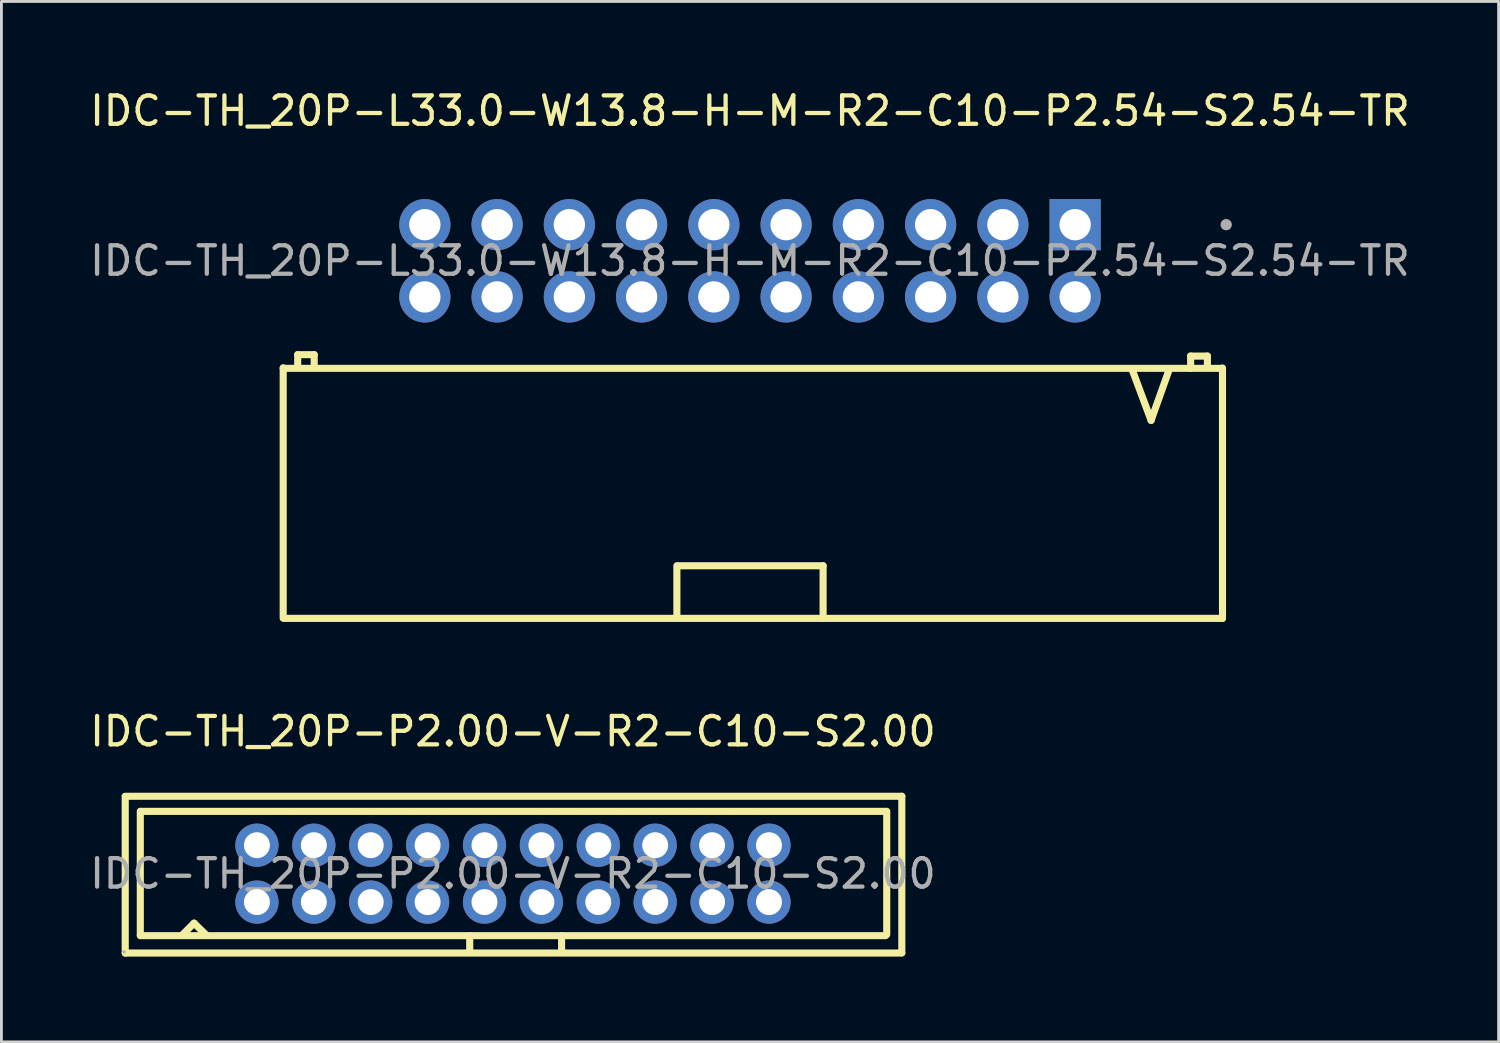
<source format=kicad_pcb>
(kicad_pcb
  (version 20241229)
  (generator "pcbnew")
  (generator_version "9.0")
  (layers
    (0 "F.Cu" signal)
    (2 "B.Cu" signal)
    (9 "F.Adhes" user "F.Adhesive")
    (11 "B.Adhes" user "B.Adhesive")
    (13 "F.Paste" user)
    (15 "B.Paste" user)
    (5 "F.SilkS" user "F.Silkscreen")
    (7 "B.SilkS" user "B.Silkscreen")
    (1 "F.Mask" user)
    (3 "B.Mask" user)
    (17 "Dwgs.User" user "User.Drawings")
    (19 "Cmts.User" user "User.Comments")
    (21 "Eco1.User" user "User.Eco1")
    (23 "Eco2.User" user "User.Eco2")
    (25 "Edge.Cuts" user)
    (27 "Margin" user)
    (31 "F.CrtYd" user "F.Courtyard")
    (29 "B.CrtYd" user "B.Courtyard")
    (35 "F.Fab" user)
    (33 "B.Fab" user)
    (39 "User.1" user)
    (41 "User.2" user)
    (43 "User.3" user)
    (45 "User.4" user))
  (footprint "IDC-TH_20P-P2.00-V-R2-C10-S2.00"
    (layer "F.Cu")
    (at 14.982 27.662)
    (property "Reference" "IDC-TH_20P-P2.00-V-R2-C10-S2.00" (at 0 -5 0) (layer "F.SilkS") (effects (font (size 1 1) (thickness 0.15))))
    (attr through_hole)
    (fp_line (start -13.63 -2.72) (end 13.67 -2.72) (stroke (width 0.25) (type solid)) (layer "F.SilkS"))
    (fp_line (start -13.63 -2.71) (end -13.63 2.79) (stroke (width 0.25) (type solid)) (layer "F.SilkS"))
    (fp_line (start -13.1 -2.19) (end -13.1 2.16) (stroke (width 0.25) (type solid)) (layer "F.SilkS"))
    (fp_line (start -13.09 -2.19) (end 13.11 -2.19) (stroke (width 0.25) (type solid)) (layer "F.SilkS"))
    (fp_line (start -11.61 2.14) (end -11.21 1.74) (stroke (width 0.25) (type solid)) (layer "F.SilkS"))
    (fp_line (start -11.21 1.74) (end -10.77 2.17) (stroke (width 0.25) (type solid)) (layer "F.SilkS"))
    (fp_line (start -1.52 2.18) (end -1.52 2.69) (stroke (width 0.25) (type solid)) (layer "F.SilkS"))
    (fp_line (start 1.71 2.18) (end 1.71 2.72) (stroke (width 0.25) (type solid)) (layer "F.SilkS"))
    (fp_line (start 13.1 2.18) (end -13.1 2.18) (stroke (width 0.25) (type solid)) (layer "F.SilkS"))
    (fp_line (start 13.14 -2.19) (end 13.14 2.14) (stroke (width 0.25) (type solid)) (layer "F.SilkS"))
    (fp_line (start 13.67 -2.72) (end 13.67 2.78) (stroke (width 0.25) (type solid)) (layer "F.SilkS"))
    (fp_line (start 13.67 2.79) (end -13.63 2.79) (stroke (width 0.25) (type solid)) (layer "F.SilkS"))
    (fp_circle (center -13.67 2.75) (end -13.64 2.75) (stroke (width 0.06) (type solid)) (fill no) (layer "F.Fab"))
    (fp_text user "${REFERENCE}" (at 0 0 0) (layer "F.Fab") (effects (font (size 1 1) (thickness 0.15))))
    (pad "1" thru_hole circle (at -9 1) (size 1.52 1.52) (drill 0.914) (layers "*.Cu" "*.Paste" "*.Mask"))
    (pad "2" thru_hole circle (at -9 -1) (size 1.52 1.52) (drill 0.914) (layers "*.Cu" "*.Paste" "*.Mask"))
    (pad "3" thru_hole circle (at -7 1) (size 1.52 1.52) (drill 0.914) (layers "*.Cu" "*.Paste" "*.Mask"))
    (pad "4" thru_hole circle (at -7 -1) (size 1.52 1.52) (drill 0.914) (layers "*.Cu" "*.Paste" "*.Mask"))
    (pad "5" thru_hole circle (at -5 1) (size 1.52 1.52) (drill 0.914) (layers "*.Cu" "*.Paste" "*.Mask"))
    (pad "6" thru_hole circle (at -5 -1) (size 1.52 1.52) (drill 0.914) (layers "*.Cu" "*.Paste" "*.Mask"))
    (pad "7" thru_hole circle (at -3 1) (size 1.52 1.52) (drill 0.914) (layers "*.Cu" "*.Paste" "*.Mask"))
    (pad "8" thru_hole circle (at -3 -1) (size 1.52 1.52) (drill 0.914) (layers "*.Cu" "*.Paste" "*.Mask"))
    (pad "9" thru_hole circle (at -1 1) (size 1.52 1.52) (drill 0.914) (layers "*.Cu" "*.Paste" "*.Mask"))
    (pad "10" thru_hole circle (at -1 -1) (size 1.52 1.52) (drill 0.914) (layers "*.Cu" "*.Paste" "*.Mask"))
    (pad "11" thru_hole circle (at 1 1) (size 1.52 1.52) (drill 0.914) (layers "*.Cu" "*.Paste" "*.Mask"))
    (pad "12" thru_hole circle (at 1 -1) (size 1.52 1.52) (drill 0.914) (layers "*.Cu" "*.Paste" "*.Mask"))
    (pad "13" thru_hole circle (at 3 1) (size 1.52 1.52) (drill 0.914) (layers "*.Cu" "*.Paste" "*.Mask"))
    (pad "14" thru_hole circle (at 3 -1) (size 1.52 1.52) (drill 0.914) (layers "*.Cu" "*.Paste" "*.Mask"))
    (pad "15" thru_hole circle (at 5 1) (size 1.52 1.52) (drill 0.914) (layers "*.Cu" "*.Paste" "*.Mask"))
    (pad "16" thru_hole circle (at 5 -1) (size 1.52 1.52) (drill 0.914) (layers "*.Cu" "*.Paste" "*.Mask"))
    (pad "17" thru_hole circle (at 7 1) (size 1.52 1.52) (drill 0.914) (layers "*.Cu" "*.Paste" "*.Mask"))
    (pad "18" thru_hole circle (at 7 -1) (size 1.52 1.52) (drill 0.914) (layers "*.Cu" "*.Paste" "*.Mask"))
    (pad "19" thru_hole circle (at 9 1) (size 1.52 1.52) (drill 0.914) (layers "*.Cu" "*.Paste" "*.Mask"))
    (pad "20" thru_hole circle (at 9 -1) (size 1.52 1.52) (drill 0.914) (layers "*.Cu" "*.Paste" "*.Mask")))
  (footprint "IDC-TH_20P-L33.0-W13.8-H-M-R2-C10-P2.54-S2.54-TR"
    (layer "F.Cu")
    (at 23.315 6.118)
    (property "Reference" "IDC-TH_20P-L33.0-W13.8-H-M-R2-C10-P2.54-S2.54-TR" (at 0 -5.27 0) (layer "F.SilkS") (effects (font (size 1 1) (thickness 0.15))))
    (attr through_hole)
    (fp_line (start -16.41 3.76) (end -16.41 12.56) (stroke (width 0.25) (type solid)) (layer "F.SilkS"))
    (fp_line (start -16.41 3.78) (end 16.59 3.78) (stroke (width 0.25) (type solid)) (layer "F.SilkS"))
    (fp_line (start -16.39 12.57) (end 16.61 12.57) (stroke (width 0.25) (type solid)) (layer "F.SilkS"))
    (fp_line (start -15.9 3.3) (end -15.32 3.3) (stroke (width 0.25) (type solid)) (layer "F.SilkS"))
    (fp_line (start -15.9 3.73) (end -15.9 3.3) (stroke (width 0.25) (type solid)) (layer "F.SilkS"))
    (fp_line (start -15.32 3.3) (end -15.32 3.71) (stroke (width 0.25) (type solid)) (layer "F.SilkS"))
    (fp_line (start -2.57 10.72) (end -2.57 12.52) (stroke (width 0.25) (type solid)) (layer "F.SilkS"))
    (fp_line (start -2.57 12.52) (end -2.59 12.55) (stroke (width 0.25) (type solid)) (layer "F.SilkS"))
    (fp_line (start -2.51 10.72) (end 2.57 10.72) (stroke (width 0.25) (type solid)) (layer "F.SilkS"))
    (fp_line (start 2.57 10.72) (end 2.57 12.55) (stroke (width 0.25) (type solid)) (layer "F.SilkS"))
    (fp_line (start 2.57 12.55) (end 2.59 12.57) (stroke (width 0.25) (type solid)) (layer "F.SilkS"))
    (fp_line (start 13.44 3.84) (end 13.44 3.81) (stroke (width 0.25) (type solid)) (layer "F.SilkS"))
    (fp_line (start 14.1 5.61) (end 13.44 3.84) (stroke (width 0.25) (type solid)) (layer "F.SilkS"))
    (fp_line (start 14.73 3.84) (end 14.1 5.61) (stroke (width 0.25) (type solid)) (layer "F.SilkS"))
    (fp_line (start 15.49 3.35) (end 16.08 3.35) (stroke (width 0.25) (type solid)) (layer "F.SilkS"))
    (fp_line (start 15.49 3.78) (end 15.49 3.35) (stroke (width 0.25) (type solid)) (layer "F.SilkS"))
    (fp_line (start 16.08 3.35) (end 16.08 3.76) (stroke (width 0.25) (type solid)) (layer "F.SilkS"))
    (fp_line (start 16.61 3.77) (end 16.61 12.57) (stroke (width 0.25) (type solid)) (layer "F.SilkS"))
    (fp_circle (center 16.74 -1.27) (end 16.84 -1.27) (stroke (width 0.2) (type solid)) (fill no) (layer "F.Fab"))
    (fp_text user "${REFERENCE}" (at 0 0 0) (layer "F.Fab") (effects (font (size 1 1) (thickness 0.15))))
    (pad "1" thru_hole rect (at 11.43 -1.27) (size 1.8 1.8) (drill 1.1) (layers "*.Cu" "*.Paste" "*.Mask"))
    (pad "2" thru_hole circle (at 11.43 1.27) (size 1.8 1.8) (drill 1.1) (layers "*.Cu" "*.Paste" "*.Mask"))
    (pad "3" thru_hole circle (at 8.89 -1.27) (size 1.8 1.8) (drill 1.1) (layers "*.Cu" "*.Paste" "*.Mask"))
    (pad "4" thru_hole circle (at 8.89 1.27) (size 1.8 1.8) (drill 1.1) (layers "*.Cu" "*.Paste" "*.Mask"))
    (pad "5" thru_hole circle (at 6.35 -1.27) (size 1.8 1.8) (drill 1.1) (layers "*.Cu" "*.Paste" "*.Mask"))
    (pad "6" thru_hole circle (at 6.35 1.27) (size 1.8 1.8) (drill 1.1) (layers "*.Cu" "*.Paste" "*.Mask"))
    (pad "7" thru_hole circle (at 3.81 -1.27) (size 1.8 1.8) (drill 1.1) (layers "*.Cu" "*.Paste" "*.Mask"))
    (pad "8" thru_hole circle (at 3.81 1.27) (size 1.8 1.8) (drill 1.1) (layers "*.Cu" "*.Paste" "*.Mask"))
    (pad "9" thru_hole circle (at 1.27 -1.27) (size 1.8 1.8) (drill 1.1) (layers "*.Cu" "*.Paste" "*.Mask"))
    (pad "10" thru_hole circle (at 1.27 1.27) (size 1.8 1.8) (drill 1.1) (layers "*.Cu" "*.Paste" "*.Mask"))
    (pad "11" thru_hole circle (at -1.27 -1.27) (size 1.8 1.8) (drill 1.1) (layers "*.Cu" "*.Paste" "*.Mask"))
    (pad "12" thru_hole circle (at -1.27 1.27) (size 1.8 1.8) (drill 1.1) (layers "*.Cu" "*.Paste" "*.Mask"))
    (pad "13" thru_hole circle (at -3.81 -1.27) (size 1.8 1.8) (drill 1.1) (layers "*.Cu" "*.Paste" "*.Mask"))
    (pad "14" thru_hole circle (at -3.81 1.27) (size 1.8 1.8) (drill 1.1) (layers "*.Cu" "*.Paste" "*.Mask"))
    (pad "15" thru_hole circle (at -6.35 -1.27) (size 1.8 1.8) (drill 1.1) (layers "*.Cu" "*.Paste" "*.Mask"))
    (pad "16" thru_hole circle (at -6.35 1.27) (size 1.8 1.8) (drill 1.1) (layers "*.Cu" "*.Paste" "*.Mask"))
    (pad "17" thru_hole circle (at -8.89 -1.27) (size 1.8 1.8) (drill 1.1) (layers "*.Cu" "*.Paste" "*.Mask"))
    (pad "18" thru_hole circle (at -8.89 1.27) (size 1.8 1.8) (drill 1.1) (layers "*.Cu" "*.Paste" "*.Mask"))
    (pad "19" thru_hole circle (at -11.43 -1.27) (size 1.8 1.8) (drill 1.1) (layers "*.Cu" "*.Paste" "*.Mask"))
    (pad "20" thru_hole circle (at -11.43 1.27) (size 1.8 1.8) (drill 1.1) (layers "*.Cu" "*.Paste" "*.Mask")))
  (gr_rect
    (start -3 -3)
    (end 49.631 33.577)
    (stroke (width 0.1) (type default))
    (fill no)
    (layer "Edge.Cuts")))
</source>
